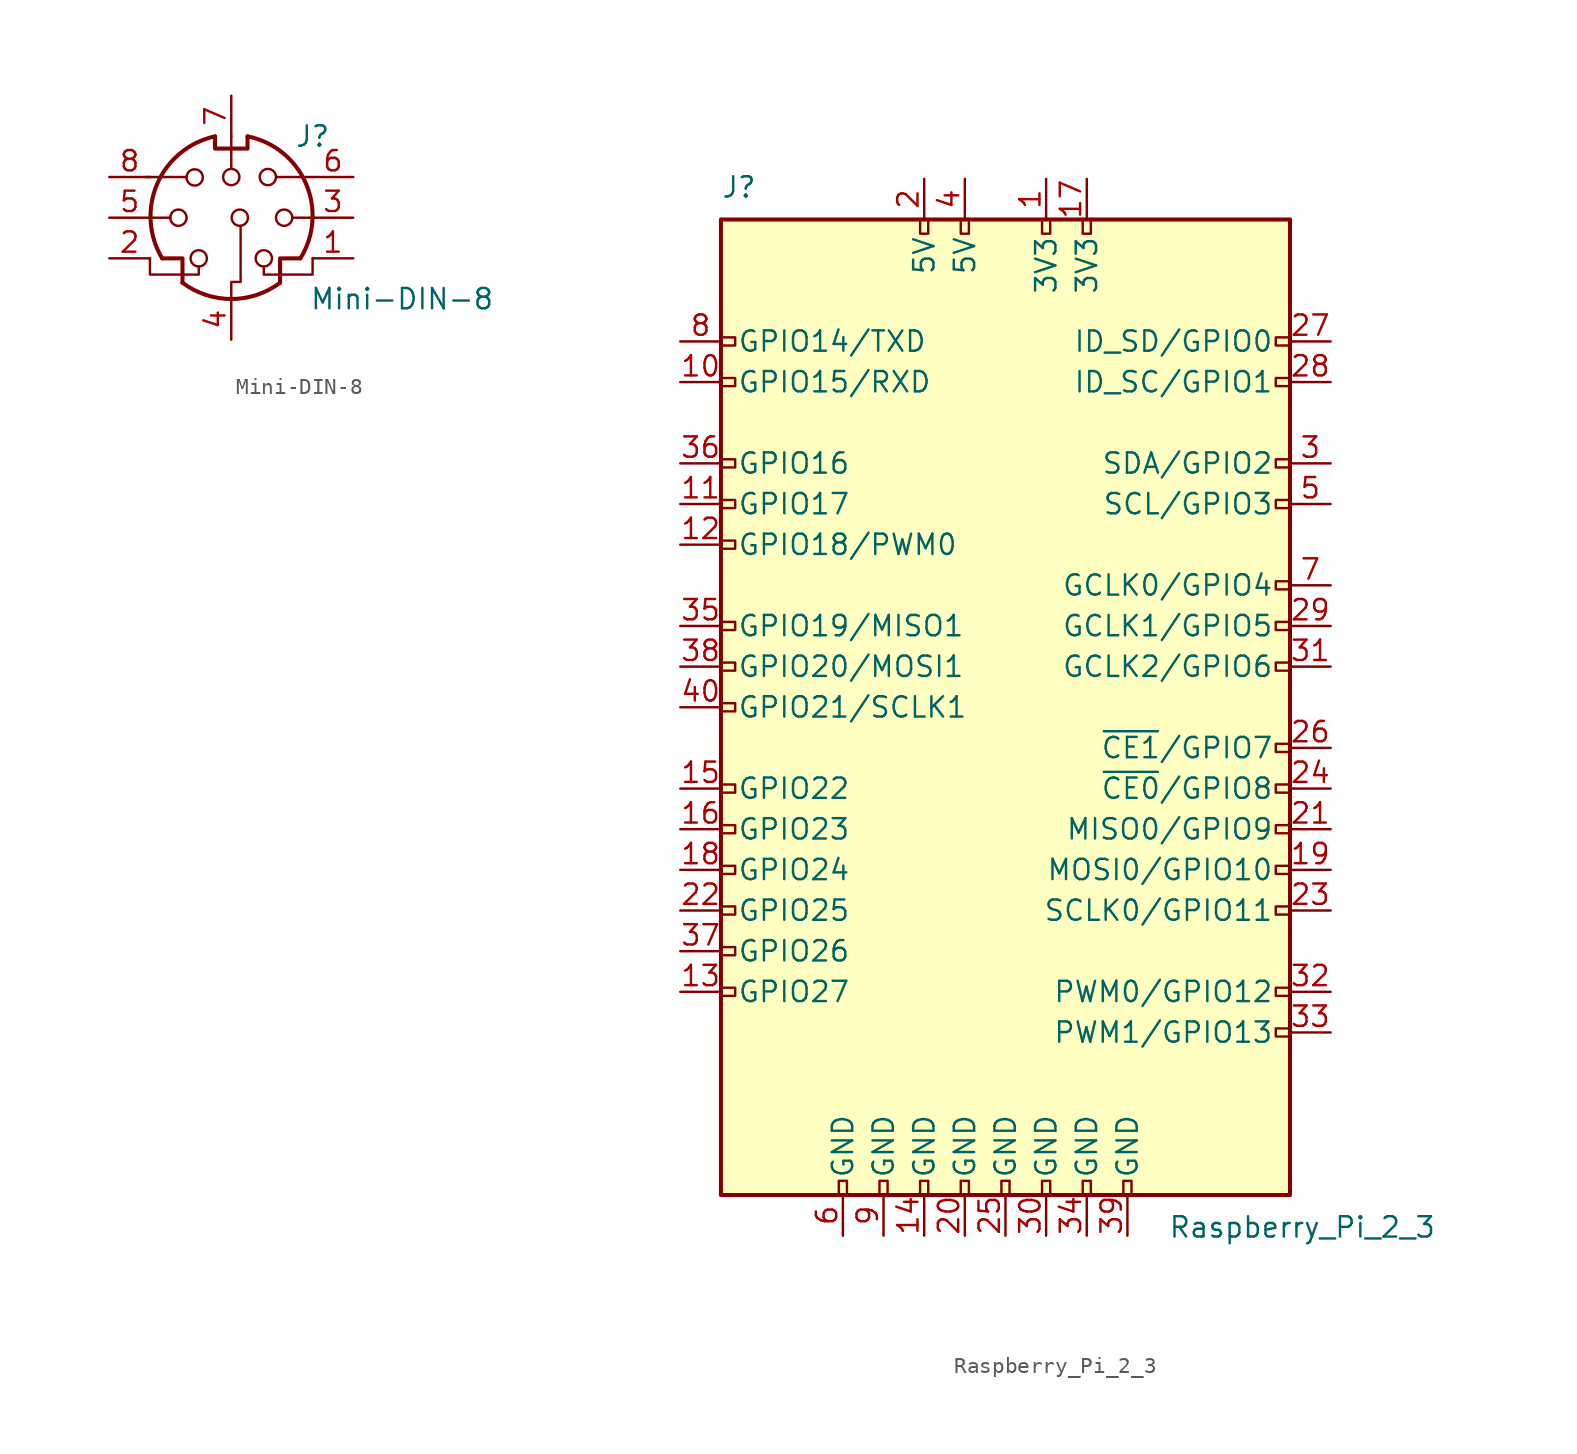
<source format=kicad_sym>
(kicad_symbol_lib
  (version 20220914)
  (generator kicad_symbol_editor)
  (symbol "Mini-DIN-8"
    (pin_names
      (offset 1.016))
    (property "Reference" "J"
      (at 5.08 5.08 0)
      (effects (font (size 1.27 1.27))))
    (property "Value" "Mini-DIN-8"
      (at 10.668 -5.08 0)
      (effects (font (size 1.27 1.27))))
    (symbol "Mini-DIN-8_0_1"
      (circle (center -3.302 0) (radius 0.508) (stroke (width 0) (type default)) (fill (type none)))
      (arc (start -3.048 -4.064) (mid 0 -5.08) (end 3.048 -4.064) (stroke (width 0.254) (type default)) (fill (type none)))
      (circle (center -2.286 2.515) (radius 0.508) (stroke (width 0) (type default)) (fill (type none)))
      (circle (center -2.032 -2.54) (radius 0.508) (stroke (width 0) (type default)) (fill (type none)))
      (arc (start -1.016 5.08) (mid -4.6228 2.1214) (end -4.318 -2.54) (stroke (width 0.254) (type default)) (fill (type none)))
      (polyline (pts (xy -3.81 0) (xy -5.08 0)) (stroke (width 0) (type default)) (fill (type none)))
      (polyline (pts (xy -2.794 2.54) (xy -5.334 2.54)) (stroke (width 0) (type default)) (fill (type none)))
      (polyline (pts (xy 0 5.105) (xy 0 3.048)) (stroke (width 0) (type default)) (fill (type none)))
      (polyline (pts (xy 2.794 2.54) (xy 5.08 2.54)) (stroke (width 0) (type default)) (fill (type none)))
      (polyline (pts (xy 5.08 0) (xy 3.81 0)) (stroke (width 0) (type default)) (fill (type none)))
      (polyline (pts (xy -4.318 -2.54) (xy -3.048 -2.54) (xy -3.048 -4.064)) (stroke (width 0.254) (type default)) (fill (type none)))
      (polyline (pts (xy 4.318 -2.54) (xy 3.048 -2.54) (xy 3.048 -4.064)) (stroke (width 0.254) (type default)) (fill (type none)))
      (polyline (pts (xy -2.032 -3.048) (xy -2.032 -3.556) (xy -5.08 -3.556) (xy -5.08 -2.54)) (stroke (width 0) (type default)) (fill (type none)))
      (polyline (pts (xy -1.016 5.08) (xy -1.016 4.318) (xy 1.016 4.318) (xy 1.016 5.08)) (stroke (width 0.254) (type default)) (fill (type none)))
      (polyline (pts (xy 0.584 -0.508) (xy 0.584 -4.013) (xy 0 -4.013) (xy 0 -5.182)) (stroke (width 0) (type default)) (fill (type none)))
      (polyline (pts (xy 2.032 -3.048) (xy 2.032 -3.556) (xy 5.08 -3.556) (xy 5.08 -2.54)) (stroke (width 0) (type default)) (fill (type none)))
      (circle (center 0 2.54) (radius 0.508) (stroke (width 0) (type default)) (fill (type none)))
      (circle (center 2.032 -2.54) (radius 0.508) (stroke (width 0) (type default)) (fill (type none)))
      (circle (center 2.286 2.54) (radius 0.508) (stroke (width 0) (type default)) (fill (type none)))
      (circle (center 3.302 0) (radius 0.508) (stroke (width 0) (type default)) (fill (type none)))
      (arc (start 4.318 -2.54) (mid 4.6661 2.1322) (end 1.016 5.08) (stroke (width 0.254) (type default)) (fill (type none))))
    (symbol "Mini-DIN-8_1_1"
      (circle (center 0.533 0) (radius 0.508) (stroke (width 0) (type default)) (fill (type none)))
      (pin passive line (at 7.62 -2.54 180) (length 2.54) (name "~" (effects (font (size 1.27 1.27)))) (number "1" (effects (font (size 1.27 1.27)))))
      (pin passive line (at -7.62 -2.54 0) (length 2.54) (name "~" (effects (font (size 1.27 1.27)))) (number "2" (effects (font (size 1.27 1.27)))))
      (pin passive line (at 7.62 0 180) (length 2.54) (name "~" (effects (font (size 1.27 1.27)))) (number "3" (effects (font (size 1.27 1.27)))))
      (pin passive line (at 0 -7.62 90) (length 2.54) (name "~" (effects (font (size 1.27 1.27)))) (number "4" (effects (font (size 1.27 1.27)))))
      (pin passive line (at -7.62 0 0) (length 2.54) (name "~" (effects (font (size 1.27 1.27)))) (number "5" (effects (font (size 1.27 1.27)))))
      (pin passive line (at 7.62 2.54 180) (length 2.54) (name "~" (effects (font (size 1.27 1.27)))) (number "6" (effects (font (size 1.27 1.27)))))
      (pin passive line (at 0 7.62 270) (length 2.54) (name "~" (effects (font (size 1.27 1.27)))) (number "7" (effects (font (size 1.27 1.27)))))
      (pin passive line (at -7.62 2.54 0) (length 2.54) (name "~" (effects (font (size 1.27 1.27)))) (number "8" (effects (font (size 1.27 1.27)))))))
  (symbol "Raspberry_Pi_2_3"
    (pin_names
      (offset 1.016))
    (property "Reference" "J"
      (at -17.78 31.75 0)
      (effects (font (size 1.27 1.27)) (justify left bottom)))
    (property "Value" "Raspberry_Pi_2_3"
      (at 10.16 -31.75 0)
      (effects (font (size 1.27 1.27)) (justify left top)))
    (symbol "Raspberry_Pi_2_3_0_1"
      (rectangle (start -17.78 30.48) (end 17.78 -30.48) (stroke (width 0.254) (type default)) (fill (type background))))
    (symbol "Raspberry_Pi_2_3_1_1"
      (rectangle (start -16.891 -17.526) (end -17.78 -18.034) (stroke (width 0) (type default)) (fill (type none)))
      (rectangle (start -16.891 -14.986) (end -17.78 -15.494) (stroke (width 0) (type default)) (fill (type none)))
      (rectangle (start -16.891 -12.446) (end -17.78 -12.954) (stroke (width 0) (type default)) (fill (type none)))
      (rectangle (start -16.891 -9.906) (end -17.78 -10.414) (stroke (width 0) (type default)) (fill (type none)))
      (rectangle (start -16.891 -7.366) (end -17.78 -7.874) (stroke (width 0) (type default)) (fill (type none)))
      (rectangle (start -16.891 -4.826) (end -17.78 -5.334) (stroke (width 0) (type default)) (fill (type none)))
      (rectangle (start -16.891 0.254) (end -17.78 -0.254) (stroke (width 0) (type default)) (fill (type none)))
      (rectangle (start -16.891 2.794) (end -17.78 2.286) (stroke (width 0) (type default)) (fill (type none)))
      (rectangle (start -16.891 5.334) (end -17.78 4.826) (stroke (width 0) (type default)) (fill (type none)))
      (rectangle (start -16.891 10.414) (end -17.78 9.906) (stroke (width 0) (type default)) (fill (type none)))
      (rectangle (start -16.891 12.954) (end -17.78 12.446) (stroke (width 0) (type default)) (fill (type none)))
      (rectangle (start -16.891 15.494) (end -17.78 14.986) (stroke (width 0) (type default)) (fill (type none)))
      (rectangle (start -16.891 20.574) (end -17.78 20.066) (stroke (width 0) (type default)) (fill (type none)))
      (rectangle (start -16.891 23.114) (end -17.78 22.606) (stroke (width 0) (type default)) (fill (type none)))
      (rectangle (start -10.414 -29.591) (end -9.906 -30.48) (stroke (width 0) (type default)) (fill (type none)))
      (rectangle (start -7.874 -29.591) (end -7.366 -30.48) (stroke (width 0) (type default)) (fill (type none)))
      (rectangle (start -5.334 -29.591) (end -4.826 -30.48) (stroke (width 0) (type default)) (fill (type none)))
      (rectangle (start -5.334 30.48) (end -4.826 29.591) (stroke (width 0) (type default)) (fill (type none)))
      (rectangle (start -2.794 -29.591) (end -2.286 -30.48) (stroke (width 0) (type default)) (fill (type none)))
      (rectangle (start -2.794 30.48) (end -2.286 29.591) (stroke (width 0) (type default)) (fill (type none)))
      (rectangle (start -0.254 -29.591) (end 0.254 -30.48) (stroke (width 0) (type default)) (fill (type none)))
      (rectangle (start 2.286 -29.591) (end 2.794 -30.48) (stroke (width 0) (type default)) (fill (type none)))
      (rectangle (start 2.286 30.48) (end 2.794 29.591) (stroke (width 0) (type default)) (fill (type none)))
      (rectangle (start 4.826 -29.591) (end 5.334 -30.48) (stroke (width 0) (type default)) (fill (type none)))
      (rectangle (start 4.826 30.48) (end 5.334 29.591) (stroke (width 0) (type default)) (fill (type none)))
      (rectangle (start 7.366 -29.591) (end 7.874 -30.48) (stroke (width 0) (type default)) (fill (type none)))
      (rectangle (start 17.78 -20.066) (end 16.891 -20.574) (stroke (width 0) (type default)) (fill (type none)))
      (rectangle (start 17.78 -17.526) (end 16.891 -18.034) (stroke (width 0) (type default)) (fill (type none)))
      (rectangle (start 17.78 -12.446) (end 16.891 -12.954) (stroke (width 0) (type default)) (fill (type none)))
      (rectangle (start 17.78 -9.906) (end 16.891 -10.414) (stroke (width 0) (type default)) (fill (type none)))
      (rectangle (start 17.78 -7.366) (end 16.891 -7.874) (stroke (width 0) (type default)) (fill (type none)))
      (rectangle (start 17.78 -4.826) (end 16.891 -5.334) (stroke (width 0) (type default)) (fill (type none)))
      (rectangle (start 17.78 -2.286) (end 16.891 -2.794) (stroke (width 0) (type default)) (fill (type none)))
      (rectangle (start 17.78 2.794) (end 16.891 2.286) (stroke (width 0) (type default)) (fill (type none)))
      (rectangle (start 17.78 5.334) (end 16.891 4.826) (stroke (width 0) (type default)) (fill (type none)))
      (rectangle (start 17.78 7.874) (end 16.891 7.366) (stroke (width 0) (type default)) (fill (type none)))
      (rectangle (start 17.78 12.954) (end 16.891 12.446) (stroke (width 0) (type default)) (fill (type none)))
      (rectangle (start 17.78 15.494) (end 16.891 14.986) (stroke (width 0) (type default)) (fill (type none)))
      (rectangle (start 17.78 20.574) (end 16.891 20.066) (stroke (width 0) (type default)) (fill (type none)))
      (rectangle (start 17.78 23.114) (end 16.891 22.606) (stroke (width 0) (type default)) (fill (type none)))
      (pin power_in line (at 2.54 33.02 270) (length 2.54) (name "3V3" (effects (font (size 1.27 1.27)))) (number "1" (effects (font (size 1.27 1.27)))))
      (pin bidirectional line (at -20.32 20.32 0) (length 2.54) (name "GPIO15/RXD" (effects (font (size 1.27 1.27)))) (number "10" (effects (font (size 1.27 1.27)))))
      (pin bidirectional line (at -20.32 12.7 0) (length 2.54) (name "GPIO17" (effects (font (size 1.27 1.27)))) (number "11" (effects (font (size 1.27 1.27)))))
      (pin bidirectional line (at -20.32 10.16 0) (length 2.54) (name "GPIO18/PWM0" (effects (font (size 1.27 1.27)))) (number "12" (effects (font (size 1.27 1.27)))))
      (pin bidirectional line (at -20.32 -17.78 0) (length 2.54) (name "GPIO27" (effects (font (size 1.27 1.27)))) (number "13" (effects (font (size 1.27 1.27)))))
      (pin power_in line (at -5.08 -33.02 90) (length 2.54) (name "GND" (effects (font (size 1.27 1.27)))) (number "14" (effects (font (size 1.27 1.27)))))
      (pin bidirectional line (at -20.32 -5.08 0) (length 2.54) (name "GPIO22" (effects (font (size 1.27 1.27)))) (number "15" (effects (font (size 1.27 1.27)))))
      (pin bidirectional line (at -20.32 -7.62 0) (length 2.54) (name "GPIO23" (effects (font (size 1.27 1.27)))) (number "16" (effects (font (size 1.27 1.27)))))
      (pin power_in line (at 5.08 33.02 270) (length 2.54) (name "3V3" (effects (font (size 1.27 1.27)))) (number "17" (effects (font (size 1.27 1.27)))))
      (pin bidirectional line (at -20.32 -10.16 0) (length 2.54) (name "GPIO24" (effects (font (size 1.27 1.27)))) (number "18" (effects (font (size 1.27 1.27)))))
      (pin bidirectional line (at 20.32 -10.16 180) (length 2.54) (name "MOSI0/GPIO10" (effects (font (size 1.27 1.27)))) (number "19" (effects (font (size 1.27 1.27)))))
      (pin power_in line (at -5.08 33.02 270) (length 2.54) (name "5V" (effects (font (size 1.27 1.27)))) (number "2" (effects (font (size 1.27 1.27)))))
      (pin power_in line (at -2.54 -33.02 90) (length 2.54) (name "GND" (effects (font (size 1.27 1.27)))) (number "20" (effects (font (size 1.27 1.27)))))
      (pin bidirectional line (at 20.32 -7.62 180) (length 2.54) (name "MISO0/GPIO9" (effects (font (size 1.27 1.27)))) (number "21" (effects (font (size 1.27 1.27)))))
      (pin bidirectional line (at -20.32 -12.7 0) (length 2.54) (name "GPIO25" (effects (font (size 1.27 1.27)))) (number "22" (effects (font (size 1.27 1.27)))))
      (pin bidirectional line (at 20.32 -12.7 180) (length 2.54) (name "SCLK0/GPIO11" (effects (font (size 1.27 1.27)))) (number "23" (effects (font (size 1.27 1.27)))))
      (pin bidirectional line (at 20.32 -5.08 180) (length 2.54) (name "~{CE0}/GPIO8" (effects (font (size 1.27 1.27)))) (number "24" (effects (font (size 1.27 1.27)))))
      (pin power_in line (at 0 -33.02 90) (length 2.54) (name "GND" (effects (font (size 1.27 1.27)))) (number "25" (effects (font (size 1.27 1.27)))))
      (pin bidirectional line (at 20.32 -2.54 180) (length 2.54) (name "~{CE1}/GPIO7" (effects (font (size 1.27 1.27)))) (number "26" (effects (font (size 1.27 1.27)))))
      (pin bidirectional line (at 20.32 22.86 180) (length 2.54) (name "ID_SD/GPIO0" (effects (font (size 1.27 1.27)))) (number "27" (effects (font (size 1.27 1.27)))))
      (pin bidirectional line (at 20.32 20.32 180) (length 2.54) (name "ID_SC/GPIO1" (effects (font (size 1.27 1.27)))) (number "28" (effects (font (size 1.27 1.27)))))
      (pin bidirectional line (at 20.32 5.08 180) (length 2.54) (name "GCLK1/GPIO5" (effects (font (size 1.27 1.27)))) (number "29" (effects (font (size 1.27 1.27)))))
      (pin bidirectional line (at 20.32 15.24 180) (length 2.54) (name "SDA/GPIO2" (effects (font (size 1.27 1.27)))) (number "3" (effects (font (size 1.27 1.27)))))
      (pin power_in line (at 2.54 -33.02 90) (length 2.54) (name "GND" (effects (font (size 1.27 1.27)))) (number "30" (effects (font (size 1.27 1.27)))))
      (pin bidirectional line (at 20.32 2.54 180) (length 2.54) (name "GCLK2/GPIO6" (effects (font (size 1.27 1.27)))) (number "31" (effects (font (size 1.27 1.27)))))
      (pin bidirectional line (at 20.32 -17.78 180) (length 2.54) (name "PWM0/GPIO12" (effects (font (size 1.27 1.27)))) (number "32" (effects (font (size 1.27 1.27)))))
      (pin bidirectional line (at 20.32 -20.32 180) (length 2.54) (name "PWM1/GPIO13" (effects (font (size 1.27 1.27)))) (number "33" (effects (font (size 1.27 1.27)))))
      (pin power_in line (at 5.08 -33.02 90) (length 2.54) (name "GND" (effects (font (size 1.27 1.27)))) (number "34" (effects (font (size 1.27 1.27)))))
      (pin bidirectional line (at -20.32 5.08 0) (length 2.54) (name "GPIO19/MISO1" (effects (font (size 1.27 1.27)))) (number "35" (effects (font (size 1.27 1.27)))))
      (pin bidirectional line (at -20.32 15.24 0) (length 2.54) (name "GPIO16" (effects (font (size 1.27 1.27)))) (number "36" (effects (font (size 1.27 1.27)))))
      (pin bidirectional line (at -20.32 -15.24 0) (length 2.54) (name "GPIO26" (effects (font (size 1.27 1.27)))) (number "37" (effects (font (size 1.27 1.27)))))
      (pin bidirectional line (at -20.32 2.54 0) (length 2.54) (name "GPIO20/MOSI1" (effects (font (size 1.27 1.27)))) (number "38" (effects (font (size 1.27 1.27)))))
      (pin power_in line (at 7.62 -33.02 90) (length 2.54) (name "GND" (effects (font (size 1.27 1.27)))) (number "39" (effects (font (size 1.27 1.27)))))
      (pin power_in line (at -2.54 33.02 270) (length 2.54) (name "5V" (effects (font (size 1.27 1.27)))) (number "4" (effects (font (size 1.27 1.27)))))
      (pin bidirectional line (at -20.32 0 0) (length 2.54) (name "GPIO21/SCLK1" (effects (font (size 1.27 1.27)))) (number "40" (effects (font (size 1.27 1.27)))))
      (pin bidirectional line (at 20.32 12.7 180) (length 2.54) (name "SCL/GPIO3" (effects (font (size 1.27 1.27)))) (number "5" (effects (font (size 1.27 1.27)))))
      (pin power_in line (at -10.16 -33.02 90) (length 2.54) (name "GND" (effects (font (size 1.27 1.27)))) (number "6" (effects (font (size 1.27 1.27)))))
      (pin bidirectional line (at 20.32 7.62 180) (length 2.54) (name "GCLK0/GPIO4" (effects (font (size 1.27 1.27)))) (number "7" (effects (font (size 1.27 1.27)))))
      (pin bidirectional line (at -20.32 22.86 0) (length 2.54) (name "GPIO14/TXD" (effects (font (size 1.27 1.27)))) (number "8" (effects (font (size 1.27 1.27)))))
      (pin power_in line (at -7.62 -33.02 90) (length 2.54) (name "GND" (effects (font (size 1.27 1.27)))) (number "9" (effects (font (size 1.27 1.27))))))))
</source>
